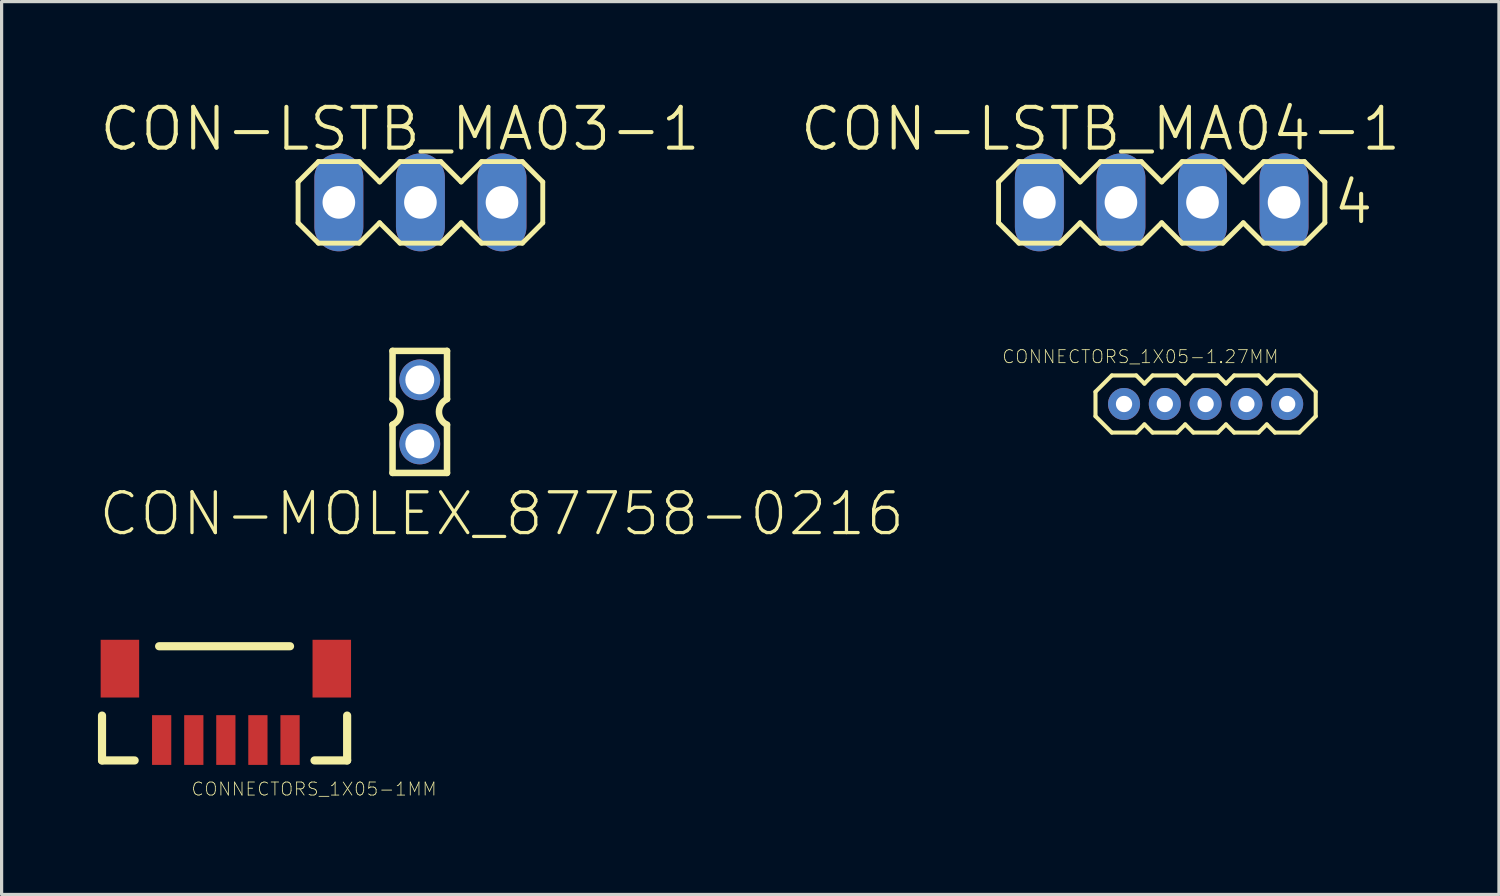
<source format=kicad_pcb>
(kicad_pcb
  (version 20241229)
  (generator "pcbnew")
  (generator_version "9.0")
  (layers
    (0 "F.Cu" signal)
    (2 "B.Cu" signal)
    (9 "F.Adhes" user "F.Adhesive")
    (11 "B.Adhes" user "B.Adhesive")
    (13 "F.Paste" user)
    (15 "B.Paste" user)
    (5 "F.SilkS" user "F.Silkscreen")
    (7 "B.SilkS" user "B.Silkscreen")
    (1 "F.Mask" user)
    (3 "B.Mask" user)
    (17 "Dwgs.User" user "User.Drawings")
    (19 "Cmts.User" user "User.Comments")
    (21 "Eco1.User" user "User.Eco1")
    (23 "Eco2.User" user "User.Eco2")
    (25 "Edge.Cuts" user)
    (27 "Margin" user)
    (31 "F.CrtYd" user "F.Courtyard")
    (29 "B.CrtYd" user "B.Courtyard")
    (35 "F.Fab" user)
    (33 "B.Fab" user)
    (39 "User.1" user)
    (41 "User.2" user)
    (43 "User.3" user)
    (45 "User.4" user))
  (footprint "CON-LSTB_MA03-1"
    (layer "F.Cu")
    (at 10.042 3.252)
    (property "Reference" "CON-LSTB_MA03-1" (at -0.635 -2.286 0) (layer "F.SilkS") (effects (font (size 1.27 1.27) (thickness 0.127))))
    (attr exclude_from_pos_files exclude_from_bom)
    (fp_line (start -3.81 -0.635) (end -3.81 0.635) (stroke (width 0.152) (type solid)) (layer "F.SilkS"))
    (fp_line (start -3.81 0.635) (end -3.175 1.27) (stroke (width 0.152) (type solid)) (layer "F.SilkS"))
    (fp_line (start -3.175 -1.27) (end -3.81 -0.635) (stroke (width 0.152) (type solid)) (layer "F.SilkS"))
    (fp_line (start -3.175 -1.27) (end -1.905 -1.27) (stroke (width 0.152) (type solid)) (layer "F.SilkS"))
    (fp_line (start -1.905 -1.27) (end -1.27 -0.635) (stroke (width 0.152) (type solid)) (layer "F.SilkS"))
    (fp_line (start -1.905 1.27) (end -3.175 1.27) (stroke (width 0.152) (type solid)) (layer "F.SilkS"))
    (fp_line (start -1.27 -0.635) (end -0.635 -1.27) (stroke (width 0.152) (type solid)) (layer "F.SilkS"))
    (fp_line (start -1.27 0.635) (end -1.905 1.27) (stroke (width 0.152) (type solid)) (layer "F.SilkS"))
    (fp_line (start -0.635 -1.27) (end 0.635 -1.27) (stroke (width 0.152) (type solid)) (layer "F.SilkS"))
    (fp_line (start -0.635 1.27) (end -1.27 0.635) (stroke (width 0.152) (type solid)) (layer "F.SilkS"))
    (fp_line (start 0.635 -1.27) (end 1.27 -0.635) (stroke (width 0.152) (type solid)) (layer "F.SilkS"))
    (fp_line (start 0.635 1.27) (end -0.635 1.27) (stroke (width 0.152) (type solid)) (layer "F.SilkS"))
    (fp_line (start 1.27 -0.635) (end 1.905 -1.27) (stroke (width 0.152) (type solid)) (layer "F.SilkS"))
    (fp_line (start 1.27 0.635) (end 0.635 1.27) (stroke (width 0.152) (type solid)) (layer "F.SilkS"))
    (fp_line (start 1.905 -1.27) (end 3.175 -1.27) (stroke (width 0.152) (type solid)) (layer "F.SilkS"))
    (fp_line (start 1.905 1.27) (end 1.27 0.635) (stroke (width 0.152) (type solid)) (layer "F.SilkS"))
    (fp_line (start 3.175 -1.27) (end 3.81 -0.635) (stroke (width 0.152) (type solid)) (layer "F.SilkS"))
    (fp_line (start 3.175 1.27) (end 1.905 1.27) (stroke (width 0.152) (type solid)) (layer "F.SilkS"))
    (fp_line (start 3.81 -0.635) (end 3.81 0.635) (stroke (width 0.152) (type solid)) (layer "F.SilkS"))
    (fp_line (start 3.81 0.635) (end 3.175 1.27) (stroke (width 0.152) (type solid)) (layer "F.SilkS"))
    (fp_line (start -2.794 -0.254) (end -2.286 -0.254) (stroke (width 0.066) (type solid)) (layer "Dwgs.User"))
    (fp_line (start -2.794 0.254) (end -2.794 -0.254) (stroke (width 0.066) (type solid)) (layer "Dwgs.User"))
    (fp_line (start -2.794 0.254) (end -2.286 0.254) (stroke (width 0.066) (type solid)) (layer "Dwgs.User"))
    (fp_line (start -2.286 0.254) (end -2.286 -0.254) (stroke (width 0.066) (type solid)) (layer "Dwgs.User"))
    (fp_line (start -0.254 -0.254) (end 0.254 -0.254) (stroke (width 0.066) (type solid)) (layer "Dwgs.User"))
    (fp_line (start -0.254 0.254) (end -0.254 -0.254) (stroke (width 0.066) (type solid)) (layer "Dwgs.User"))
    (fp_line (start -0.254 0.254) (end 0.254 0.254) (stroke (width 0.066) (type solid)) (layer "Dwgs.User"))
    (fp_line (start 0.254 0.254) (end 0.254 -0.254) (stroke (width 0.066) (type solid)) (layer "Dwgs.User"))
    (fp_line (start 2.286 -0.254) (end 2.794 -0.254) (stroke (width 0.066) (type solid)) (layer "Dwgs.User"))
    (fp_line (start 2.286 0.254) (end 2.286 -0.254) (stroke (width 0.066) (type solid)) (layer "Dwgs.User"))
    (fp_line (start 2.286 0.254) (end 2.794 0.254) (stroke (width 0.066) (type solid)) (layer "Dwgs.User"))
    (fp_line (start 2.794 0.254) (end 2.794 -0.254) (stroke (width 0.066) (type solid)) (layer "Dwgs.User"))
    (pad "1" thru_hole oval (at -2.54 0 180) (size 1.524 3.048) (drill 1.016) (layers "*.Cu" "*.Paste" "*.Mask"))
    (pad "2" thru_hole oval (at 0 0 180) (size 1.524 3.048) (drill 1.016) (layers "*.Cu" "*.Paste" "*.Mask"))
    (pad "3" thru_hole oval (at 2.54 0 180) (size 1.524 3.048) (drill 1.016) (layers "*.Cu" "*.Paste" "*.Mask")))
  (footprint "CON-MOLEX_87758-0216"
    (layer "F.Cu")
    (at 10.022 9.777)
    (property "Reference" "CON-MOLEX_87758-0216" (at 2.553 3.175 0) (layer "F.SilkS") (effects (font (size 1.27 1.27) (thickness 0.102))))
    (attr exclude_from_pos_files exclude_from_bom)
    (fp_line (start -0.848 -1.9) (end -0.848 -0.399) (stroke (width 0.203) (type solid)) (layer "F.SilkS"))
    (fp_line (start -0.848 0.399) (end -0.848 1.9) (stroke (width 0.203) (type solid)) (layer "F.SilkS"))
    (fp_line (start -0.848 1.9) (end 0.848 1.9) (stroke (width 0.203) (type solid)) (layer "F.SilkS"))
    (fp_line (start 0.848 -1.9) (end -0.848 -1.9) (stroke (width 0.203) (type solid)) (layer "F.SilkS"))
    (fp_line (start 0.848 -0.399) (end 0.848 -1.9) (stroke (width 0.203) (type solid)) (layer "F.SilkS"))
    (fp_line (start 0.848 1.9) (end 0.848 0.399) (stroke (width 0.203) (type solid)) (layer "F.SilkS"))
    (fp_arc (start -0.84836 -0.39878) (mid -0.596915 0.000649) (end -0.849532 0.399338) (stroke (width 0.2032) (type solid)) (layer "F.SilkS"))
    (fp_arc (start 0.84836 0.39878) (mid 0.596915 -0.000649) (end 0.849532 -0.399338) (stroke (width 0.2032) (type solid)) (layer "F.SilkS"))
    (fp_line (start -0.249 -1.25) (end 0.249 -1.25) (stroke (width 0.066) (type solid)) (layer "Dwgs.User"))
    (fp_line (start -0.249 -0.749) (end -0.249 -1.25) (stroke (width 0.066) (type solid)) (layer "Dwgs.User"))
    (fp_line (start -0.249 -0.749) (end 0.249 -0.749) (stroke (width 0.066) (type solid)) (layer "Dwgs.User"))
    (fp_line (start -0.249 0.749) (end 0.249 0.749) (stroke (width 0.066) (type solid)) (layer "Dwgs.User"))
    (fp_line (start -0.249 1.25) (end -0.249 0.749) (stroke (width 0.066) (type solid)) (layer "Dwgs.User"))
    (fp_line (start -0.249 1.25) (end 0.249 1.25) (stroke (width 0.066) (type solid)) (layer "Dwgs.User"))
    (fp_line (start 0.249 -0.749) (end 0.249 -1.25) (stroke (width 0.066) (type solid)) (layer "Dwgs.User"))
    (fp_line (start 0.249 1.25) (end 0.249 0.749) (stroke (width 0.066) (type solid)) (layer "Dwgs.User"))
    (pad "1" thru_hole circle (at 0 0.998) (size 1.27 1.27) (drill 0.899) (layers "*.Cu" "*.Paste" "*.Mask"))
    (pad "2" thru_hole circle (at 0 -0.998) (size 1.27 1.27) (drill 0.899) (layers "*.Cu" "*.Paste" "*.Mask")))
  (footprint "CON-LSTB_MA04-1"
    (layer "F.Cu")
    (at 33.126 3.252)
    (property "Reference" "CON-LSTB_MA04-1" (at -1.905 -2.286 0) (layer "F.SilkS") (effects (font (size 1.27 1.27) (thickness 0.127))))
    (attr exclude_from_pos_files exclude_from_bom)
    (fp_line (start -5.08 -0.635) (end -5.08 0.635) (stroke (width 0.152) (type solid)) (layer "F.SilkS"))
    (fp_line (start -5.08 0.635) (end -4.445 1.27) (stroke (width 0.152) (type solid)) (layer "F.SilkS"))
    (fp_line (start -4.445 -1.27) (end -5.08 -0.635) (stroke (width 0.152) (type solid)) (layer "F.SilkS"))
    (fp_line (start -4.445 -1.27) (end -3.175 -1.27) (stroke (width 0.152) (type solid)) (layer "F.SilkS"))
    (fp_line (start -3.175 -1.27) (end -2.54 -0.635) (stroke (width 0.152) (type solid)) (layer "F.SilkS"))
    (fp_line (start -3.175 1.27) (end -4.445 1.27) (stroke (width 0.152) (type solid)) (layer "F.SilkS"))
    (fp_line (start -2.54 -0.635) (end -1.905 -1.27) (stroke (width 0.152) (type solid)) (layer "F.SilkS"))
    (fp_line (start -2.54 0.635) (end -3.175 1.27) (stroke (width 0.152) (type solid)) (layer "F.SilkS"))
    (fp_line (start -1.905 -1.27) (end -0.635 -1.27) (stroke (width 0.152) (type solid)) (layer "F.SilkS"))
    (fp_line (start -1.905 1.27) (end -2.54 0.635) (stroke (width 0.152) (type solid)) (layer "F.SilkS"))
    (fp_line (start -0.635 -1.27) (end 0 -0.635) (stroke (width 0.152) (type solid)) (layer "F.SilkS"))
    (fp_line (start -0.635 1.27) (end -1.905 1.27) (stroke (width 0.152) (type solid)) (layer "F.SilkS"))
    (fp_line (start 0 -0.635) (end 0.635 -1.27) (stroke (width 0.152) (type solid)) (layer "F.SilkS"))
    (fp_line (start 0 0.635) (end -0.635 1.27) (stroke (width 0.152) (type solid)) (layer "F.SilkS"))
    (fp_line (start 0.635 -1.27) (end 1.905 -1.27) (stroke (width 0.152) (type solid)) (layer "F.SilkS"))
    (fp_line (start 0.635 1.27) (end 0 0.635) (stroke (width 0.152) (type solid)) (layer "F.SilkS"))
    (fp_line (start 1.905 -1.27) (end 2.54 -0.635) (stroke (width 0.152) (type solid)) (layer "F.SilkS"))
    (fp_line (start 1.905 1.27) (end 0.635 1.27) (stroke (width 0.152) (type solid)) (layer "F.SilkS"))
    (fp_line (start 2.54 0.635) (end 1.905 1.27) (stroke (width 0.152) (type solid)) (layer "F.SilkS"))
    (fp_line (start 2.54 0.635) (end 3.175 1.27) (stroke (width 0.152) (type solid)) (layer "F.SilkS"))
    (fp_line (start 3.175 -1.27) (end 2.54 -0.635) (stroke (width 0.152) (type solid)) (layer "F.SilkS"))
    (fp_line (start 3.175 -1.27) (end 4.445 -1.27) (stroke (width 0.152) (type solid)) (layer "F.SilkS"))
    (fp_line (start 4.445 -1.27) (end 5.08 -0.635) (stroke (width 0.152) (type solid)) (layer "F.SilkS"))
    (fp_line (start 4.445 1.27) (end 3.175 1.27) (stroke (width 0.152) (type solid)) (layer "F.SilkS"))
    (fp_line (start 5.08 -0.635) (end 5.08 0.635) (stroke (width 0.152) (type solid)) (layer "F.SilkS"))
    (fp_line (start 5.08 0.635) (end 4.445 1.27) (stroke (width 0.152) (type solid)) (layer "F.SilkS"))
    (fp_line (start -4.064 -0.254) (end -3.556 -0.254) (stroke (width 0.066) (type solid)) (layer "Dwgs.User"))
    (fp_line (start -4.064 0.254) (end -4.064 -0.254) (stroke (width 0.066) (type solid)) (layer "Dwgs.User"))
    (fp_line (start -4.064 0.254) (end -3.556 0.254) (stroke (width 0.066) (type solid)) (layer "Dwgs.User"))
    (fp_line (start -3.556 0.254) (end -3.556 -0.254) (stroke (width 0.066) (type solid)) (layer "Dwgs.User"))
    (fp_line (start -1.524 -0.254) (end -1.016 -0.254) (stroke (width 0.066) (type solid)) (layer "Dwgs.User"))
    (fp_line (start -1.524 0.254) (end -1.524 -0.254) (stroke (width 0.066) (type solid)) (layer "Dwgs.User"))
    (fp_line (start -1.524 0.254) (end -1.016 0.254) (stroke (width 0.066) (type solid)) (layer "Dwgs.User"))
    (fp_line (start -1.016 0.254) (end -1.016 -0.254) (stroke (width 0.066) (type solid)) (layer "Dwgs.User"))
    (fp_line (start 1.016 -0.254) (end 1.524 -0.254) (stroke (width 0.066) (type solid)) (layer "Dwgs.User"))
    (fp_line (start 1.016 0.254) (end 1.016 -0.254) (stroke (width 0.066) (type solid)) (layer "Dwgs.User"))
    (fp_line (start 1.016 0.254) (end 1.524 0.254) (stroke (width 0.066) (type solid)) (layer "Dwgs.User"))
    (fp_line (start 1.524 0.254) (end 1.524 -0.254) (stroke (width 0.066) (type solid)) (layer "Dwgs.User"))
    (fp_line (start 3.556 -0.254) (end 4.064 -0.254) (stroke (width 0.066) (type solid)) (layer "Dwgs.User"))
    (fp_line (start 3.556 0.254) (end 3.556 -0.254) (stroke (width 0.066) (type solid)) (layer "Dwgs.User"))
    (fp_line (start 3.556 0.254) (end 4.064 0.254) (stroke (width 0.066) (type solid)) (layer "Dwgs.User"))
    (fp_line (start 4.064 0.254) (end 4.064 -0.254) (stroke (width 0.066) (type solid)) (layer "Dwgs.User"))
    (fp_text user "4" (at 5.969 0 0) (layer "F.SilkS") (effects (font (size 1.27 1.27) (thickness 0.127))))
    (pad "1" thru_hole oval (at -3.81 0 180) (size 1.524 3.048) (drill 1.016) (layers "*.Cu" "*.Paste" "*.Mask"))
    (pad "2" thru_hole oval (at -1.27 0 180) (size 1.524 3.048) (drill 1.016) (layers "*.Cu" "*.Paste" "*.Mask"))
    (pad "3" thru_hole oval (at 1.27 0 180) (size 1.524 3.048) (drill 1.016) (layers "*.Cu" "*.Paste" "*.Mask"))
    (pad "4" thru_hole oval (at 3.81 0 180) (size 1.524 3.048) (drill 1.016) (layers "*.Cu" "*.Paste" "*.Mask")))
  (footprint "CONNECTORS_1X05-1MM"
    (layer "F.Cu")
    (at 3.983 19.995)
    (property "Reference" "CONNECTORS_1X05-1MM" (at 2.746 1.527 0) (layer "F.SilkS") (effects (font (size 0.406 0.406) (thickness 0.025))))
    (attr smd)
    (fp_line (start -3.856 0.635) (end -3.856 -0.762) (stroke (width 0.254) (type solid)) (layer "F.SilkS"))
    (fp_line (start -2.84 0.635) (end -3.856 0.635) (stroke (width 0.254) (type solid)) (layer "F.SilkS"))
    (fp_line (start 1.999 -2.921) (end -2.078 -2.921) (stroke (width 0.254) (type solid)) (layer "F.SilkS"))
    (fp_line (start 3.777 -0.762) (end 3.777 0.635) (stroke (width 0.254) (type solid)) (layer "F.SilkS"))
    (fp_line (start 3.777 0.635) (end 2.761 0.635) (stroke (width 0.254) (type solid)) (layer "F.SilkS"))
    (pad "1" smd rect (at -1.999 0 180) (size 0.599 1.549) (layers "F.Cu" "F.Mask" "F.Paste"))
    (pad "2" smd rect (at -0.998 0 180) (size 0.599 1.549) (layers "F.Cu" "F.Mask" "F.Paste"))
    (pad "3" smd rect (at 0 0 180) (size 0.599 1.549) (layers "F.Cu" "F.Mask" "F.Paste"))
    (pad "4" smd rect (at 0.998 0 180) (size 0.599 1.549) (layers "F.Cu" "F.Mask" "F.Paste"))
    (pad "5" smd rect (at 1.999 0 180) (size 0.599 1.549) (layers "F.Cu" "F.Mask" "F.Paste"))
    (pad "NC1" smd rect (at -3.299 -2.223 180) (size 1.199 1.798) (layers "F.Cu" "F.Mask" "F.Paste"))
    (pad "NC2" smd rect (at 3.299 -2.223 180) (size 1.199 1.798) (layers "F.Cu" "F.Mask" "F.Paste")))
  (footprint "CONNECTORS_1X05-1.27MM"
    (layer "F.Cu")
    (at 31.953 9.531)
    (property "Reference" "CONNECTORS_1X05-1.27MM" (at 0.508 -1.473 0) (layer "F.SilkS") (effects (font (size 0.406 0.406) (thickness 0.025))))
    (attr exclude_from_pos_files exclude_from_bom)
    (fp_line (start -0.889 -0.381) (end -0.889 0.381) (stroke (width 0.127) (type solid)) (layer "F.SilkS"))
    (fp_line (start -0.889 0.381) (end -0.381 0.889) (stroke (width 0.127) (type solid)) (layer "F.SilkS"))
    (fp_line (start -0.381 -0.889) (end -0.889 -0.381) (stroke (width 0.127) (type solid)) (layer "F.SilkS"))
    (fp_line (start -0.381 0.889) (end 0.381 0.889) (stroke (width 0.127) (type solid)) (layer "F.SilkS"))
    (fp_line (start 0.381 -0.889) (end -0.381 -0.889) (stroke (width 0.127) (type solid)) (layer "F.SilkS"))
    (fp_line (start 0.381 0.889) (end 0.635 0.635) (stroke (width 0.127) (type solid)) (layer "F.SilkS"))
    (fp_line (start 0.635 -0.635) (end 0.381 -0.889) (stroke (width 0.127) (type solid)) (layer "F.SilkS"))
    (fp_line (start 0.635 0.635) (end 0.889 0.889) (stroke (width 0.127) (type solid)) (layer "F.SilkS"))
    (fp_line (start 0.889 -0.889) (end 0.635 -0.635) (stroke (width 0.127) (type solid)) (layer "F.SilkS"))
    (fp_line (start 0.889 0.889) (end 1.651 0.889) (stroke (width 0.127) (type solid)) (layer "F.SilkS"))
    (fp_line (start 1.651 -0.889) (end 0.889 -0.889) (stroke (width 0.127) (type solid)) (layer "F.SilkS"))
    (fp_line (start 1.651 0.889) (end 1.905 0.635) (stroke (width 0.127) (type solid)) (layer "F.SilkS"))
    (fp_line (start 1.905 -0.635) (end 1.651 -0.889) (stroke (width 0.127) (type solid)) (layer "F.SilkS"))
    (fp_line (start 1.905 0.635) (end 2.159 0.889) (stroke (width 0.127) (type solid)) (layer "F.SilkS"))
    (fp_line (start 2.159 -0.889) (end 1.905 -0.635) (stroke (width 0.127) (type solid)) (layer "F.SilkS"))
    (fp_line (start 2.159 0.889) (end 2.921 0.889) (stroke (width 0.127) (type solid)) (layer "F.SilkS"))
    (fp_line (start 2.921 -0.889) (end 2.159 -0.889) (stroke (width 0.127) (type solid)) (layer "F.SilkS"))
    (fp_line (start 2.921 0.889) (end 3.175 0.635) (stroke (width 0.127) (type solid)) (layer "F.SilkS"))
    (fp_line (start 3.175 -0.635) (end 2.921 -0.889) (stroke (width 0.127) (type solid)) (layer "F.SilkS"))
    (fp_line (start 3.175 0.635) (end 3.429 0.889) (stroke (width 0.127) (type solid)) (layer "F.SilkS"))
    (fp_line (start 3.429 -0.889) (end 3.175 -0.635) (stroke (width 0.127) (type solid)) (layer "F.SilkS"))
    (fp_line (start 3.429 0.889) (end 4.191 0.889) (stroke (width 0.127) (type solid)) (layer "F.SilkS"))
    (fp_line (start 4.191 -0.889) (end 3.429 -0.889) (stroke (width 0.127) (type solid)) (layer "F.SilkS"))
    (fp_line (start 4.191 0.889) (end 4.445 0.635) (stroke (width 0.127) (type solid)) (layer "F.SilkS"))
    (fp_line (start 4.445 -0.635) (end 4.191 -0.889) (stroke (width 0.127) (type solid)) (layer "F.SilkS"))
    (fp_line (start 4.445 0.635) (end 4.699 0.889) (stroke (width 0.127) (type solid)) (layer "F.SilkS"))
    (fp_line (start 4.699 -0.889) (end 4.445 -0.635) (stroke (width 0.127) (type solid)) (layer "F.SilkS"))
    (fp_line (start 4.699 0.889) (end 5.461 0.889) (stroke (width 0.127) (type solid)) (layer "F.SilkS"))
    (fp_line (start 5.461 -0.889) (end 4.699 -0.889) (stroke (width 0.127) (type solid)) (layer "F.SilkS"))
    (fp_line (start 5.461 -0.889) (end 5.969 -0.381) (stroke (width 0.127) (type solid)) (layer "F.SilkS"))
    (fp_line (start 5.969 -0.381) (end 5.969 0.381) (stroke (width 0.127) (type solid)) (layer "F.SilkS"))
    (fp_line (start 5.969 0.381) (end 5.461 0.889) (stroke (width 0.127) (type solid)) (layer "F.SilkS"))
    (pad "1" thru_hole circle (at 0 0) (size 0.998 0.998) (drill 0.508) (layers "*.Cu" "*.Paste" "*.Mask"))
    (pad "2" thru_hole circle (at 1.27 0) (size 0.998 0.998) (drill 0.508) (layers "*.Cu" "*.Paste" "*.Mask"))
    (pad "3" thru_hole circle (at 2.54 0) (size 0.998 0.998) (drill 0.508) (layers "*.Cu" "*.Paste" "*.Mask"))
    (pad "4" thru_hole circle (at 3.81 0) (size 0.998 0.998) (drill 0.508) (layers "*.Cu" "*.Paste" "*.Mask"))
    (pad "5" thru_hole circle (at 5.08 0) (size 0.998 0.998) (drill 0.508) (layers "*.Cu" "*.Paste" "*.Mask")))
  (gr_rect
    (start -3 -3)
    (end 43.628 24.804)
    (stroke (width 0.1) (type default))
    (fill no)
    (layer "Edge.Cuts")))
</source>
